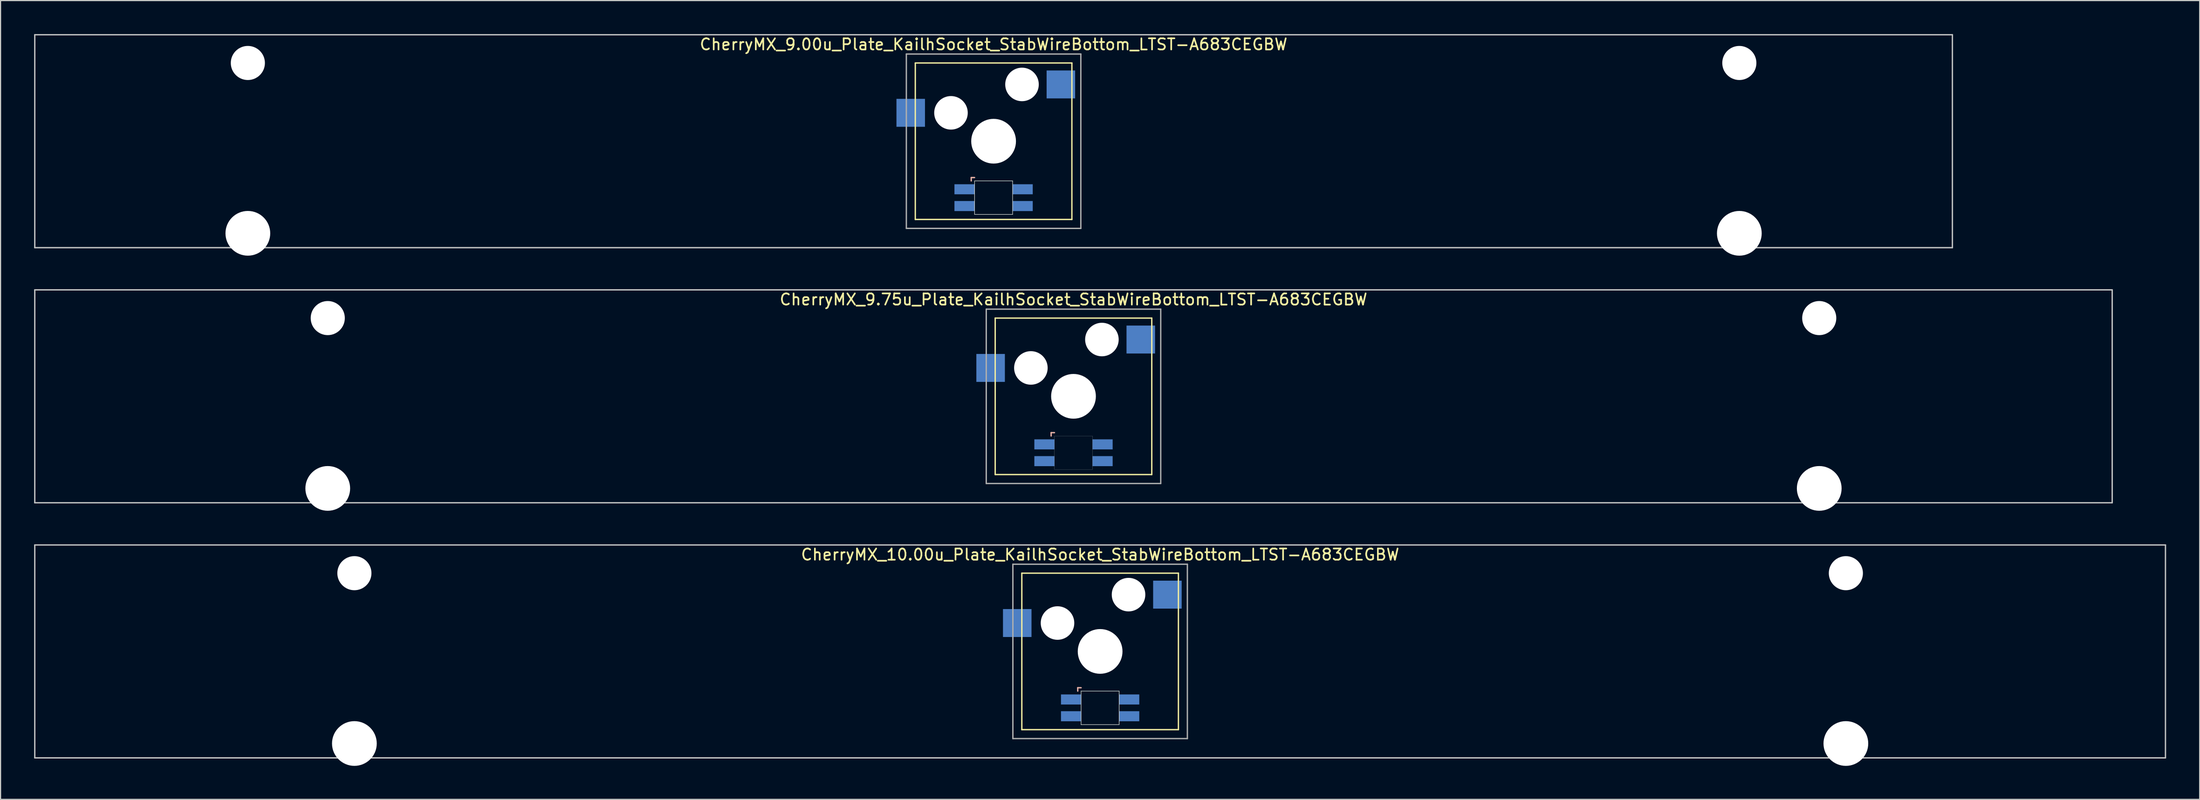
<source format=kicad_pcb>
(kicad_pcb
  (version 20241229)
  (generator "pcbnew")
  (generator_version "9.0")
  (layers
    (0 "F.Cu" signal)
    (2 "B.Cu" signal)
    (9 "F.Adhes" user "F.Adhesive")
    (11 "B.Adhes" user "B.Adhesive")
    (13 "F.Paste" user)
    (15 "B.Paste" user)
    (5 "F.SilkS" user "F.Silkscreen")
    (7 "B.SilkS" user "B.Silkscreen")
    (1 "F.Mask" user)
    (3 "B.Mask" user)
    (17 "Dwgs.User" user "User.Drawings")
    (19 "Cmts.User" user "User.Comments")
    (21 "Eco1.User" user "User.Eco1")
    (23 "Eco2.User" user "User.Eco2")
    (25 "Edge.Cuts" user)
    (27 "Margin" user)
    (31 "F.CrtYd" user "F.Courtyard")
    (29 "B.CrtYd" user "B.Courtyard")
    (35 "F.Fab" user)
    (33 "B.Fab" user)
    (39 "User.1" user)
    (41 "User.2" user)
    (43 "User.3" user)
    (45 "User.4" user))
  (footprint "CherryMX_10.00u_Plate_KailhSocket_StabWireBottom_LTST-A683CEGBW"
    (layer "F.Cu")
    (at 95.31 55.235)
    (property "Reference" "CherryMX_10.00u_Plate_KailhSocket_StabWireBottom_LTST-A683CEGBW" (at 0 -8.662 0) (layer "F.SilkS") (effects (font (size 1 1) (thickness 0.15))))
    (attr through_hole)
    (fp_line (start -7 -7) (end -7 7) (stroke (width 0.12) (type solid)) (layer "F.SilkS"))
    (fp_line (start -7 -7) (end 7 -7) (stroke (width 0.12) (type solid)) (layer "F.SilkS"))
    (fp_line (start 7 -7) (end 7 7) (stroke (width 0.12) (type solid)) (layer "F.SilkS"))
    (fp_line (start 7 7) (end -7 7) (stroke (width 0.12) (type solid)) (layer "F.SilkS"))
    (fp_line (start -2 3.25) (end -2 3.55) (stroke (width 0.12) (type solid)) (layer "B.SilkS"))
    (fp_line (start -1.7 3.25) (end -2 3.25) (stroke (width 0.12) (type solid)) (layer "B.SilkS"))
    (fp_line (start -95.25 -9.525) (end 95.25 -9.525) (stroke (width 0.12) (type solid)) (layer "Dwgs.User"))
    (fp_line (start -95.25 9.525) (end -95.25 -9.525) (stroke (width 0.12) (type solid)) (layer "Dwgs.User"))
    (fp_line (start 95.25 -9.525) (end 95.25 9.525) (stroke (width 0.12) (type solid)) (layer "Dwgs.User"))
    (fp_line (start 95.25 9.525) (end -95.25 9.525) (stroke (width 0.12) (type solid)) (layer "Dwgs.User"))
    (fp_line (start -1.7 3.55) (end 1.7 3.55) (stroke (width 0.05) (type solid)) (layer "Edge.Cuts"))
    (fp_line (start -1.7 6.55) (end -1.7 3.55) (stroke (width 0.05) (type solid)) (layer "Edge.Cuts"))
    (fp_line (start 1.7 3.55) (end 1.7 6.55) (stroke (width 0.05) (type solid)) (layer "Edge.Cuts"))
    (fp_line (start 1.7 6.55) (end -1.7 6.55) (stroke (width 0.05) (type solid)) (layer "Edge.Cuts"))
    (fp_line (start -7.8 -7.8) (end -7.8 7.8) (stroke (width 0.12) (type solid)) (layer "F.Fab"))
    (fp_line (start -7.8 -7.8) (end 7.8 -7.8) (stroke (width 0.12) (type solid)) (layer "F.Fab"))
    (fp_line (start -7.8 7.8) (end 7.8 7.8) (stroke (width 0.12) (type solid)) (layer "F.Fab"))
    (fp_line (start 7.8 -7.8) (end 7.8 7.8) (stroke (width 0.12) (type solid)) (layer "F.Fab"))
    (pad "" np_thru_hole circle (at -66.675 -7) (size 3.05 3.05) (drill 3.05) (layers "*.Cu" "*.Mask"))
    (pad "" np_thru_hole circle (at -66.675 8.24) (size 4 4) (drill 4) (layers "*.Cu" "*.Mask"))
    (pad "" np_thru_hole circle (at -3.81 -2.54) (size 3 3) (drill 3) (layers "*.Cu" "*.Mask"))
    (pad "" np_thru_hole circle (at 0 0) (size 4 4) (drill 4) (layers "*.Cu" "*.Mask"))
    (pad "" np_thru_hole circle (at 2.54 -5.08) (size 3 3) (drill 3) (layers "*.Cu" "*.Mask"))
    (pad "" np_thru_hole circle (at 66.675 -7) (size 3.05 3.05) (drill 3.05) (layers "*.Cu" "*.Mask"))
    (pad "" np_thru_hole circle (at 66.675 8.24) (size 4 4) (drill 4) (layers "*.Cu" "*.Mask"))
    (pad "1" smd rect (at -7.41 -2.54) (size 2.55 2.5) (layers "B.Cu" "B.Mask" "B.Paste"))
    (pad "2" smd rect (at 6.015 -5.08) (size 2.55 2.5) (layers "B.Cu" "B.Mask" "B.Paste"))
    (pad "3" smd rect (at -2.6 4.3) (size 1.8 0.9) (layers "B.Cu" "B.Mask" "B.Paste"))
    (pad "4" smd rect (at -2.6 5.8) (size 1.8 0.9) (layers "B.Cu" "B.Mask" "B.Paste"))
    (pad "5" smd rect (at 2.6 4.3) (size 1.8 0.9) (layers "B.Cu" "B.Mask" "B.Paste"))
    (pad "6" smd rect (at 2.6 5.8) (size 1.8 0.9) (layers "B.Cu" "B.Mask" "B.Paste")))
  (footprint "CherryMX_9.75u_Plate_KailhSocket_StabWireBottom_LTST-A683CEGBW"
    (layer "F.Cu")
    (at 92.929 32.41)
    (property "Reference" "CherryMX_9.75u_Plate_KailhSocket_StabWireBottom_LTST-A683CEGBW" (at 0 -8.662 0) (layer "F.SilkS") (effects (font (size 1 1) (thickness 0.15))))
    (attr through_hole)
    (fp_line (start -7 -7) (end -7 7) (stroke (width 0.12) (type solid)) (layer "F.SilkS"))
    (fp_line (start -7 -7) (end 7 -7) (stroke (width 0.12) (type solid)) (layer "F.SilkS"))
    (fp_line (start 7 -7) (end 7 7) (stroke (width 0.12) (type solid)) (layer "F.SilkS"))
    (fp_line (start 7 7) (end -7 7) (stroke (width 0.12) (type solid)) (layer "F.SilkS"))
    (fp_line (start -2 3.25) (end -2 3.55) (stroke (width 0.12) (type solid)) (layer "B.SilkS"))
    (fp_line (start -1.7 3.25) (end -2 3.25) (stroke (width 0.12) (type solid)) (layer "B.SilkS"))
    (fp_line (start -92.869 -9.525) (end 92.869 -9.525) (stroke (width 0.12) (type solid)) (layer "Dwgs.User"))
    (fp_line (start -92.869 9.525) (end -92.869 -9.525) (stroke (width 0.12) (type solid)) (layer "Dwgs.User"))
    (fp_line (start 92.869 -9.525) (end 92.869 9.525) (stroke (width 0.12) (type solid)) (layer "Dwgs.User"))
    (fp_line (start 92.869 9.525) (end -92.869 9.525) (stroke (width 0.12) (type solid)) (layer "Dwgs.User"))
    (fp_poly (pts (xy 1.7 6.55) (xy -1.7 6.55) (xy -1.7 3.55) (xy 1.7 3.55)) (stroke (width 0.01) (type solid)) (fill no) (layer "Edge.Cuts"))
    (fp_line (start -7.8 -7.8) (end -7.8 7.8) (stroke (width 0.12) (type solid)) (layer "F.Fab"))
    (fp_line (start -7.8 -7.8) (end 7.8 -7.8) (stroke (width 0.12) (type solid)) (layer "F.Fab"))
    (fp_line (start -7.8 7.8) (end 7.8 7.8) (stroke (width 0.12) (type solid)) (layer "F.Fab"))
    (fp_line (start 7.8 -7.8) (end 7.8 7.8) (stroke (width 0.12) (type solid)) (layer "F.Fab"))
    (pad "" np_thru_hole circle (at -66.675 -7) (size 3.05 3.05) (drill 3.05) (layers "*.Cu" "*.Mask"))
    (pad "" np_thru_hole circle (at -66.675 8.24) (size 4 4) (drill 4) (layers "*.Cu" "*.Mask"))
    (pad "" np_thru_hole circle (at -3.81 -2.54) (size 3 3) (drill 3) (layers "*.Cu" "*.Mask"))
    (pad "" np_thru_hole circle (at 0 0) (size 4 4) (drill 4) (layers "*.Cu" "*.Mask"))
    (pad "" np_thru_hole circle (at 2.54 -5.08) (size 3 3) (drill 3) (layers "*.Cu" "*.Mask"))
    (pad "" np_thru_hole circle (at 66.675 -7) (size 3.05 3.05) (drill 3.05) (layers "*.Cu" "*.Mask"))
    (pad "" np_thru_hole circle (at 66.675 8.24) (size 4 4) (drill 4) (layers "*.Cu" "*.Mask"))
    (pad "1" smd rect (at -7.41 -2.54) (size 2.55 2.5) (layers "B.Cu" "B.Mask" "B.Paste"))
    (pad "2" smd rect (at 6.015 -5.08) (size 2.55 2.5) (layers "B.Cu" "B.Mask" "B.Paste"))
    (pad "3" smd rect (at -2.6 4.3) (size 1.8 0.9) (layers "B.Cu" "B.Mask" "B.Paste"))
    (pad "4" smd rect (at -2.6 5.8) (size 1.8 0.9) (layers "B.Cu" "B.Mask" "B.Paste"))
    (pad "5" smd rect (at 2.6 4.3) (size 1.8 0.9) (layers "B.Cu" "B.Mask" "B.Paste"))
    (pad "6" smd rect (at 2.6 5.8) (size 1.8 0.9) (layers "B.Cu" "B.Mask" "B.Paste")))
  (footprint "CherryMX_9.00u_Plate_KailhSocket_StabWireBottom_LTST-A683CEGBW"
    (layer "F.Cu")
    (at 85.785 9.585)
    (property "Reference" "CherryMX_9.00u_Plate_KailhSocket_StabWireBottom_LTST-A683CEGBW" (at 0 -8.662 0) (layer "F.SilkS") (effects (font (size 1 1) (thickness 0.15))))
    (attr through_hole)
    (fp_line (start -7 -7) (end -7 7) (stroke (width 0.12) (type solid)) (layer "F.SilkS"))
    (fp_line (start -7 -7) (end 7 -7) (stroke (width 0.12) (type solid)) (layer "F.SilkS"))
    (fp_line (start 7 -7) (end 7 7) (stroke (width 0.12) (type solid)) (layer "F.SilkS"))
    (fp_line (start 7 7) (end -7 7) (stroke (width 0.12) (type solid)) (layer "F.SilkS"))
    (fp_line (start -2 3.25) (end -2 3.55) (stroke (width 0.12) (type solid)) (layer "B.SilkS"))
    (fp_line (start -1.7 3.25) (end -2 3.25) (stroke (width 0.12) (type solid)) (layer "B.SilkS"))
    (fp_line (start -85.725 -9.525) (end 85.725 -9.525) (stroke (width 0.12) (type solid)) (layer "Dwgs.User"))
    (fp_line (start -85.725 9.525) (end -85.725 -9.525) (stroke (width 0.12) (type solid)) (layer "Dwgs.User"))
    (fp_line (start 85.725 -9.525) (end 85.725 9.525) (stroke (width 0.12) (type solid)) (layer "Dwgs.User"))
    (fp_line (start 85.725 9.525) (end -85.725 9.525) (stroke (width 0.12) (type solid)) (layer "Dwgs.User"))
    (fp_line (start -1.7 3.55) (end 1.7 3.55) (stroke (width 0.05) (type solid)) (layer "Edge.Cuts"))
    (fp_line (start -1.7 6.55) (end -1.7 3.55) (stroke (width 0.05) (type solid)) (layer "Edge.Cuts"))
    (fp_line (start 1.7 3.55) (end 1.7 6.55) (stroke (width 0.05) (type solid)) (layer "Edge.Cuts"))
    (fp_line (start 1.7 6.55) (end -1.7 6.55) (stroke (width 0.05) (type solid)) (layer "Edge.Cuts"))
    (fp_line (start -7.8 -7.8) (end -7.8 7.8) (stroke (width 0.12) (type solid)) (layer "F.Fab"))
    (fp_line (start -7.8 -7.8) (end 7.8 -7.8) (stroke (width 0.12) (type solid)) (layer "F.Fab"))
    (fp_line (start -7.8 7.8) (end 7.8 7.8) (stroke (width 0.12) (type solid)) (layer "F.Fab"))
    (fp_line (start 7.8 -7.8) (end 7.8 7.8) (stroke (width 0.12) (type solid)) (layer "F.Fab"))
    (pad "" np_thru_hole circle (at -66.675 -7) (size 3.05 3.05) (drill 3.05) (layers "*.Cu" "*.Mask"))
    (pad "" np_thru_hole circle (at -66.675 8.24) (size 4 4) (drill 4) (layers "*.Cu" "*.Mask"))
    (pad "" np_thru_hole circle (at -3.81 -2.54) (size 3 3) (drill 3) (layers "*.Cu" "*.Mask"))
    (pad "" np_thru_hole circle (at 0 0) (size 4 4) (drill 4) (layers "*.Cu" "*.Mask"))
    (pad "" np_thru_hole circle (at 2.54 -5.08) (size 3 3) (drill 3) (layers "*.Cu" "*.Mask"))
    (pad "" np_thru_hole circle (at 66.675 -7) (size 3.05 3.05) (drill 3.05) (layers "*.Cu" "*.Mask"))
    (pad "" np_thru_hole circle (at 66.675 8.24) (size 4 4) (drill 4) (layers "*.Cu" "*.Mask"))
    (pad "1" smd rect (at -7.41 -2.54) (size 2.55 2.5) (layers "B.Cu" "B.Mask" "B.Paste"))
    (pad "2" smd rect (at 6.015 -5.08) (size 2.55 2.5) (layers "B.Cu" "B.Mask" "B.Paste"))
    (pad "3" smd rect (at -2.6 4.3) (size 1.8 0.9) (layers "B.Cu" "B.Mask" "B.Paste"))
    (pad "4" smd rect (at -2.6 5.8) (size 1.8 0.9) (layers "B.Cu" "B.Mask" "B.Paste"))
    (pad "5" smd rect (at 2.6 4.3) (size 1.8 0.9) (layers "B.Cu" "B.Mask" "B.Paste"))
    (pad "6" smd rect (at 2.6 5.8) (size 1.8 0.9) (layers "B.Cu" "B.Mask" "B.Paste")))
  (gr_rect
    (start -3 -3)
    (end 193.62 68.475)
    (stroke (width 0.1) (type default))
    (fill no)
    (layer "Edge.Cuts")))
</source>
